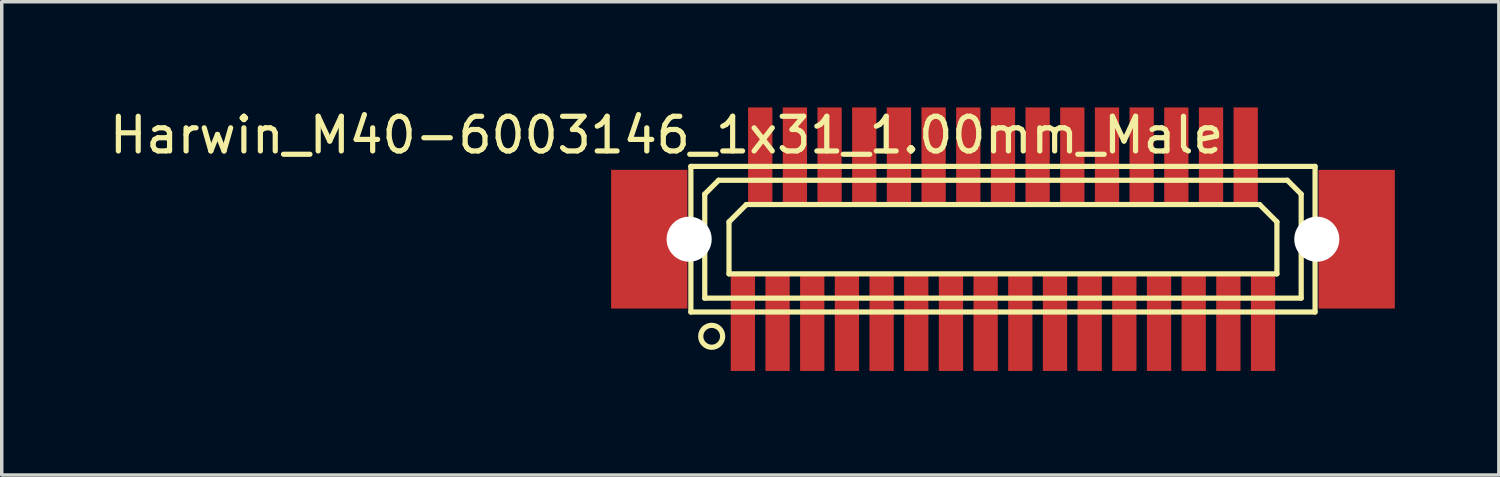
<source format=kicad_pcb>
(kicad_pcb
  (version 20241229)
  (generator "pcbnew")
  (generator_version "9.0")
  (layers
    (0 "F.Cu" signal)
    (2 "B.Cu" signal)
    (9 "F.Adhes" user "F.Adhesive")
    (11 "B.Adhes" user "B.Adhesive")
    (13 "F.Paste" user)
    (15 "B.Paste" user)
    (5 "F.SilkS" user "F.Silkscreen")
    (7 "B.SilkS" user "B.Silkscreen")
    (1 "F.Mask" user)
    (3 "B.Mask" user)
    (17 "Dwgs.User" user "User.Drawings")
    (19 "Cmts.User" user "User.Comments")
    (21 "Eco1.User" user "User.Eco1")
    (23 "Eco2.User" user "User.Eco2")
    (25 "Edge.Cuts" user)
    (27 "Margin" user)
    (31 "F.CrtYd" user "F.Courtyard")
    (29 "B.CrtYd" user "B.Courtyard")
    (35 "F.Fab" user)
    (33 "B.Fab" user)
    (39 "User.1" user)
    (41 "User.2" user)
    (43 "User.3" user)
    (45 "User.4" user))
  (footprint "Harwin_M40-6003146_1x31_1.00mm_Male"
    (layer "F.Cu")
    (at 25.873 3.848)
    (property "Reference" "Harwin_M40-6003146_1x31_1.00mm_Male" (at -9.7 -3 0) (layer "F.SilkS") (effects (font (size 1 1) (thickness 0.15))))
    (attr through_hole)
    (fp_line (start -9 -2.1) (end -9 2.1) (stroke (width 0.15) (type solid)) (layer "F.SilkS"))
    (fp_line (start -9 2.1) (end 9 2.1) (stroke (width 0.15) (type solid)) (layer "F.SilkS"))
    (fp_line (start -8.6 -1.3) (end -8.6 1.7) (stroke (width 0.15) (type solid)) (layer "F.SilkS"))
    (fp_line (start -8.6 -1.3) (end -8.2 -1.7) (stroke (width 0.15) (type solid)) (layer "F.SilkS"))
    (fp_line (start -8.6 1.7) (end 8.6 1.7) (stroke (width 0.15) (type solid)) (layer "F.SilkS"))
    (fp_line (start -7.9 -0.5) (end -7.9 1) (stroke (width 0.15) (type solid)) (layer "F.SilkS"))
    (fp_line (start -7.9 1) (end 7.9 1) (stroke (width 0.15) (type solid)) (layer "F.SilkS"))
    (fp_line (start -7.4 -1) (end -7.9 -0.5) (stroke (width 0.15) (type solid)) (layer "F.SilkS"))
    (fp_line (start 7.4 -1) (end -7.4 -1) (stroke (width 0.15) (type solid)) (layer "F.SilkS"))
    (fp_line (start 7.4 -1) (end 7.9 -0.5) (stroke (width 0.15) (type solid)) (layer "F.SilkS"))
    (fp_line (start 7.9 -0.5) (end 7.9 1) (stroke (width 0.15) (type solid)) (layer "F.SilkS"))
    (fp_line (start 8.2 -1.7) (end -8.2 -1.7) (stroke (width 0.15) (type solid)) (layer "F.SilkS"))
    (fp_line (start 8.6 -1.3) (end 8.2 -1.7) (stroke (width 0.15) (type solid)) (layer "F.SilkS"))
    (fp_line (start 8.6 1.7) (end 8.6 -1.3) (stroke (width 0.15) (type solid)) (layer "F.SilkS"))
    (fp_line (start 9 -2.1) (end -9 -2.1) (stroke (width 0.15) (type solid)) (layer "F.SilkS"))
    (fp_line (start 9 2.1) (end 9 -2.1) (stroke (width 0.15) (type solid)) (layer "F.SilkS"))
    (fp_circle (center -8.4 2.8) (end -8.1 2.9) (stroke (width 0.15) (type solid)) (fill no) (layer "F.SilkS"))
    (pad "" np_thru_hole circle (at -9.05 0) (size 1.3 1.3) (drill 1.3) (layers "*.Cu" "*.Mask"))
    (pad "" np_thru_hole circle (at 9.05 0) (size 1.3 1.3) (drill 1.3) (layers "*.Cu" "*.Mask"))
    (pad "1" smd rect (at -7.5 2.4) (size 0.7 2.8) (layers "F.Cu" "F.Mask" "F.Paste"))
    (pad "2" smd rect (at -7 -2.4) (size 0.7 2.8) (layers "F.Cu" "F.Mask" "F.Paste"))
    (pad "3" smd rect (at -6.5 2.4) (size 0.7 2.8) (layers "F.Cu" "F.Mask" "F.Paste"))
    (pad "4" smd rect (at -6 -2.4) (size 0.7 2.8) (layers "F.Cu" "F.Mask" "F.Paste"))
    (pad "5" smd rect (at -5.5 2.4) (size 0.7 2.8) (layers "F.Cu" "F.Mask" "F.Paste"))
    (pad "6" smd rect (at -5 -2.4) (size 0.7 2.8) (layers "F.Cu" "F.Mask" "F.Paste"))
    (pad "7" smd rect (at -4.5 2.4) (size 0.7 2.8) (layers "F.Cu" "F.Mask" "F.Paste"))
    (pad "8" smd rect (at -4 -2.4) (size 0.7 2.8) (layers "F.Cu" "F.Mask" "F.Paste"))
    (pad "9" smd rect (at -3.5 2.4) (size 0.7 2.8) (layers "F.Cu" "F.Mask" "F.Paste"))
    (pad "10" smd rect (at -3 -2.4) (size 0.7 2.8) (layers "F.Cu" "F.Mask" "F.Paste"))
    (pad "11" smd rect (at -2.5 2.4) (size 0.7 2.8) (layers "F.Cu" "F.Mask" "F.Paste"))
    (pad "12" smd rect (at -2 -2.4) (size 0.7 2.8) (layers "F.Cu" "F.Mask" "F.Paste"))
    (pad "13" smd rect (at -1.5 2.4) (size 0.7 2.8) (layers "F.Cu" "F.Mask" "F.Paste"))
    (pad "14" smd rect (at -1 -2.4) (size 0.7 2.8) (layers "F.Cu" "F.Mask" "F.Paste"))
    (pad "15" smd rect (at -0.5 2.4) (size 0.7 2.8) (layers "F.Cu" "F.Mask" "F.Paste"))
    (pad "16" smd rect (at 0 -2.4) (size 0.7 2.8) (layers "F.Cu" "F.Mask" "F.Paste"))
    (pad "17" smd rect (at 0.5 2.4) (size 0.7 2.8) (layers "F.Cu" "F.Mask" "F.Paste"))
    (pad "18" smd rect (at 1 -2.4) (size 0.7 2.8) (layers "F.Cu" "F.Mask" "F.Paste"))
    (pad "19" smd rect (at 1.5 2.4) (size 0.7 2.8) (layers "F.Cu" "F.Mask" "F.Paste"))
    (pad "20" smd rect (at 2 -2.4) (size 0.7 2.8) (layers "F.Cu" "F.Mask" "F.Paste"))
    (pad "21" smd rect (at 2.5 2.4) (size 0.7 2.8) (layers "F.Cu" "F.Mask" "F.Paste"))
    (pad "22" smd rect (at 3 -2.4) (size 0.7 2.8) (layers "F.Cu" "F.Mask" "F.Paste"))
    (pad "23" smd rect (at 3.5 2.4) (size 0.7 2.8) (layers "F.Cu" "F.Mask" "F.Paste"))
    (pad "24" smd rect (at 4 -2.4) (size 0.7 2.8) (layers "F.Cu" "F.Mask" "F.Paste"))
    (pad "25" smd rect (at 4.5 2.4) (size 0.7 2.8) (layers "F.Cu" "F.Mask" "F.Paste"))
    (pad "26" smd rect (at 5 -2.4) (size 0.7 2.8) (layers "F.Cu" "F.Mask" "F.Paste"))
    (pad "27" smd rect (at 5.5 2.4) (size 0.7 2.8) (layers "F.Cu" "F.Mask" "F.Paste"))
    (pad "28" smd rect (at 6 -2.4) (size 0.7 2.8) (layers "F.Cu" "F.Mask" "F.Paste"))
    (pad "29" smd rect (at 6.5 2.4) (size 0.7 2.8) (layers "F.Cu" "F.Mask" "F.Paste"))
    (pad "30" smd rect (at 7 -2.4) (size 0.7 2.8) (layers "F.Cu" "F.Mask" "F.Paste"))
    (pad "31" smd rect (at 7.5 2.4) (size 0.7 2.8) (layers "F.Cu" "F.Mask" "F.Paste"))
    (pad "G" smd rect (at -10.2 0) (size 2.2 4) (layers "F.Cu" "F.Mask" "F.Paste"))
    (pad "G" smd rect (at 10.2 0) (size 2.2 4) (layers "F.Cu" "F.Mask" "F.Paste")))
  (gr_rect
    (start -3 -3)
    (end 40.173 10.648)
    (stroke (width 0.1) (type default))
    (fill no)
    (layer "Edge.Cuts")))
</source>
